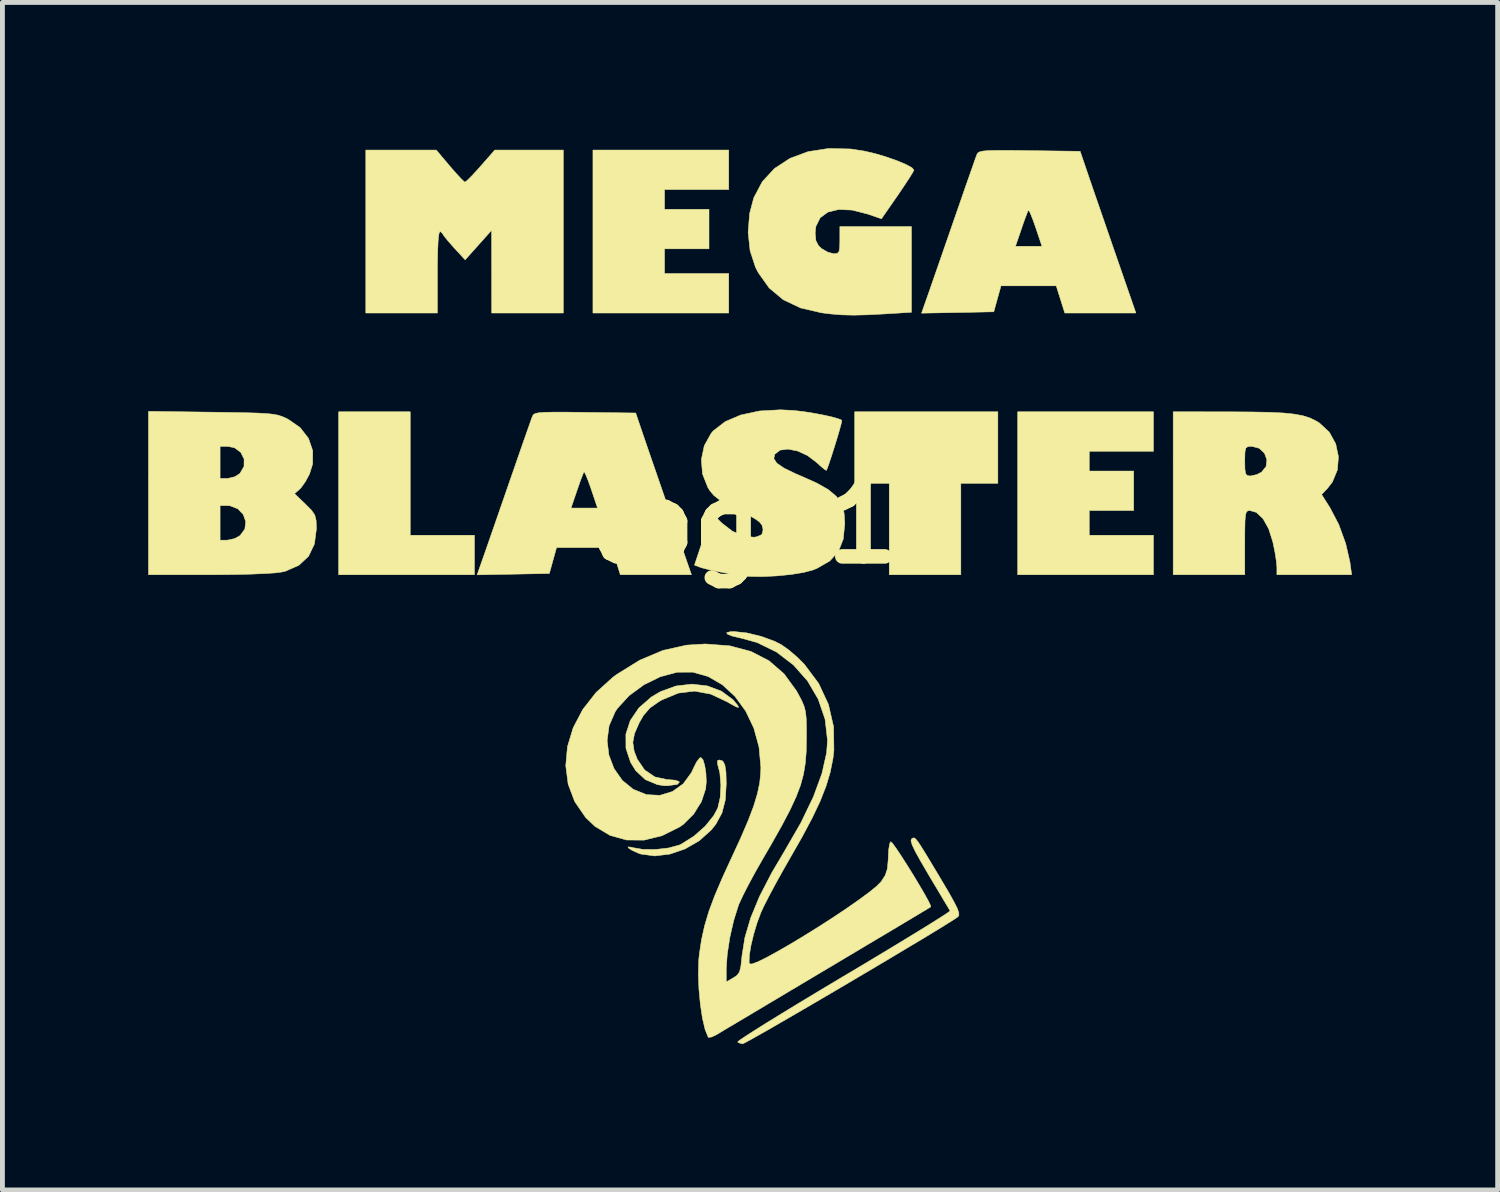
<source format=kicad_pcb>
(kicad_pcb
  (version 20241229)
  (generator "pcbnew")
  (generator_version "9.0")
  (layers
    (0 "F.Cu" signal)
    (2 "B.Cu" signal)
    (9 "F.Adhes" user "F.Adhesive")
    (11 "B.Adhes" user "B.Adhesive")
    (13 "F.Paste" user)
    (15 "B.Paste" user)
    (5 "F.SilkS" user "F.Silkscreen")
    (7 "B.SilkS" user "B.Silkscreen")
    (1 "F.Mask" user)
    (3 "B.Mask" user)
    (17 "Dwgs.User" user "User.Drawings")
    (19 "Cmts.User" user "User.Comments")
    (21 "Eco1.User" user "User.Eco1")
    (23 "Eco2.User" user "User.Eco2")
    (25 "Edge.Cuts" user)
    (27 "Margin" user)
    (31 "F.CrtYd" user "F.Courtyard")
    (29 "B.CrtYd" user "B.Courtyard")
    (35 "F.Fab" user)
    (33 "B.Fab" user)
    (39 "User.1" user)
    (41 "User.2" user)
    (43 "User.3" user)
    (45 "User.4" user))
  (footprint "logo1"
    (layer "F.Cu")
    (at 12.248 7.708)
    (property "Reference" "logo1" (at 0 0 0) (layer "F.SilkS") (effects (font (size 1.524 1.524) (thickness 0.3))))
    (attr through_hole)
    (fp_poly (pts (xy -6.858 0.254) (xy -5.537 0.254) (xy -5.537 1.067) (xy -8.331 1.067) (xy -8.331 -2.286) (xy -6.858 -2.286) (xy -6.858 0.254)) (stroke (width 0.01) (type solid)) (fill yes) (layer "F.SilkS"))
    (fp_poly (pts (xy 5.232 -0.813) (xy 4.47 -0.813) (xy 4.47 1.067) (xy 2.997 1.067) (xy 2.997 -0.813) (xy 2.286 -0.813) (xy 2.286 -2.286) (xy 5.232 -2.286) (xy 5.232 -0.813)) (stroke (width 0.01) (type solid)) (fill yes) (layer "F.SilkS"))
    (fp_poly (pts (xy -0.305 -6.858) (xy -1.626 -6.858) (xy -1.626 -6.452) (xy -0.711 -6.452) (xy -0.711 -5.639) (xy -1.626 -5.639) (xy -1.626 -5.131) (xy -0.305 -5.131) (xy -0.305 -4.318) (xy -3.099 -4.318) (xy -3.099 -7.671) (xy -0.305 -7.671) (xy -0.305 -6.858)) (stroke (width 0.01) (type solid)) (fill yes) (layer "F.SilkS"))
    (fp_poly (pts (xy 8.433 -1.473) (xy 7.112 -1.473) (xy 7.112 -1.067) (xy 8.026 -1.067) (xy 8.026 -0.254) (xy 7.112 -0.254) (xy 7.112 0.254) (xy 8.433 0.254) (xy 8.433 1.067) (xy 5.639 1.067) (xy 5.639 -2.286) (xy 8.433 -2.286) (xy 8.433 -1.473)) (stroke (width 0.01) (type solid)) (fill yes) (layer "F.SilkS"))
    (fp_poly (pts (xy -6.044 -7.341) (xy -5.914 -7.192) (xy -5.807 -7.077) (xy -5.742 -7.016) (xy -5.732 -7.011) (xy -5.685 -7.047) (xy -5.59 -7.141) (xy -5.464 -7.278) (xy -5.408 -7.341) (xy -5.118 -7.671) (xy -3.708 -7.671) (xy -3.708 -4.318) (xy -5.182 -4.318) (xy -5.184 -6.02) (xy -5.728 -5.412) (xy -5.961 -5.665) (xy -6.078 -5.798) (xy -6.163 -5.903) (xy -6.196 -5.956) (xy -6.237 -5.993) (xy -6.248 -5.994) (xy -6.268 -5.945) (xy -6.284 -5.802) (xy -6.294 -5.572) (xy -6.299 -5.264) (xy -6.299 -5.156) (xy -6.299 -4.318) (xy -7.772 -4.318) (xy -7.772 -7.671) (xy -7.047 -7.671) (xy -6.322 -7.671) (xy -6.044 -7.341)) (stroke (width 0.01) (type solid)) (fill yes) (layer "F.SilkS"))
    (fp_poly (pts (xy -0.427 4.9) (xy -0.385 4.979) (xy -0.362 5.128) (xy -0.356 5.363) (xy -0.356 5.37) (xy -0.376 5.703) (xy -0.445 5.969) (xy -0.57 6.199) (xy -0.664 6.317) (xy -0.912 6.54) (xy -1.204 6.708) (xy -1.518 6.815) (xy -1.829 6.852) (xy -2.113 6.813) (xy -2.168 6.794) (xy -2.288 6.74) (xy -2.362 6.693) (xy -2.378 6.666) (xy -2.32 6.671) (xy -2.294 6.679) (xy -2.073 6.717) (xy -1.81 6.719) (xy -1.546 6.689) (xy -1.325 6.629) (xy -1.277 6.607) (xy -1.019 6.444) (xy -0.788 6.239) (xy -0.611 6.019) (xy -0.529 5.863) (xy -0.481 5.652) (xy -0.467 5.396) (xy -0.488 5.143) (xy -0.534 4.966) (xy -0.538 4.892) (xy -0.493 4.877) (xy -0.427 4.9)) (stroke (width 0.01) (type solid)) (fill yes) (layer "F.SilkS"))
    (fp_poly (pts (xy -0.744 3.354) (xy -0.456 3.462) (xy -0.217 3.638) (xy -0.121 3.753) (xy -0.102 3.795) (xy -0.147 3.787) (xy -0.264 3.724) (xy -0.336 3.682) (xy -0.677 3.522) (xy -1.009 3.461) (xy -1.34 3.501) (xy -1.678 3.641) (xy -1.736 3.674) (xy -1.926 3.807) (xy -2.059 3.96) (xy -2.146 4.111) (xy -2.244 4.335) (xy -2.278 4.517) (xy -2.251 4.697) (xy -2.186 4.863) (xy -2.035 5.084) (xy -1.823 5.227) (xy -1.564 5.283) (xy -1.537 5.283) (xy -1.405 5.294) (xy -1.328 5.321) (xy -1.321 5.334) (xy -1.362 5.38) (xy -1.393 5.385) (xy -1.509 5.399) (xy -1.533 5.405) (xy -1.626 5.408) (xy -1.761 5.387) (xy -1.772 5.385) (xy -2.022 5.281) (xy -2.22 5.095) (xy -2.324 4.927) (xy -2.42 4.637) (xy -2.421 4.346) (xy -2.33 4.065) (xy -2.154 3.807) (xy -1.898 3.583) (xy -1.711 3.472) (xy -1.392 3.356) (xy -1.063 3.317) (xy -0.744 3.354)) (stroke (width 0.01) (type solid)) (fill yes) (layer "F.SilkS"))
    (fp_poly (pts (xy -3.666 -2.279) (xy -3.329 -2.275) (xy -3.263 -2.274) (xy -2.219 -2.261) (xy -2.055 -1.778) (xy -1.99 -1.589) (xy -1.899 -1.324) (xy -1.789 -1.006) (xy -1.668 -0.655) (xy -1.543 -0.292) (xy -1.481 -0.114) (xy -1.072 1.067) (xy -2.535 1.067) (xy -2.711 0.508) (xy -3.848 0.508) (xy -3.996 1.041) (xy -5.482 1.069) (xy -5.379 0.776) (xy -5.334 0.648) (xy -5.262 0.441) (xy -5.168 0.171) (xy -5.058 -0.146) (xy -5.003 -0.305) (xy -3.55 -0.305) (xy -3.004 -0.305) (xy -3.133 -0.689) (xy -3.195 -0.864) (xy -3.247 -0.992) (xy -3.278 -1.051) (xy -3.282 -1.053) (xy -3.307 -0.998) (xy -3.355 -0.873) (xy -3.415 -0.701) (xy -3.426 -0.669) (xy -3.55 -0.305) (xy -5.003 -0.305) (xy -4.937 -0.494) (xy -4.827 -0.813) (xy -4.706 -1.16) (xy -4.596 -1.479) (xy -4.499 -1.756) (xy -4.421 -1.977) (xy -4.368 -2.129) (xy -4.342 -2.198) (xy -4.323 -2.228) (xy -4.284 -2.251) (xy -4.212 -2.266) (xy -4.094 -2.275) (xy -3.916 -2.279) (xy -3.666 -2.279)) (stroke (width 0.01) (type solid)) (fill yes) (layer "F.SilkS"))
    (fp_poly (pts (xy 5.478 -7.664) (xy 5.815 -7.66) (xy 5.881 -7.659) (xy 6.925 -7.645) (xy 7.089 -7.163) (xy 7.154 -6.973) (xy 7.245 -6.709) (xy 7.355 -6.391) (xy 7.476 -6.04) (xy 7.601 -5.677) (xy 7.663 -5.499) (xy 8.072 -4.318) (xy 6.609 -4.318) (xy 6.433 -4.877) (xy 5.296 -4.877) (xy 5.148 -4.343) (xy 3.662 -4.315) (xy 3.765 -4.609) (xy 3.81 -4.736) (xy 3.882 -4.944) (xy 3.976 -5.214) (xy 4.086 -5.531) (xy 4.141 -5.69) (xy 5.594 -5.69) (xy 6.14 -5.69) (xy 6.011 -6.074) (xy 5.949 -6.249) (xy 5.897 -6.377) (xy 5.866 -6.436) (xy 5.862 -6.437) (xy 5.837 -6.383) (xy 5.789 -6.257) (xy 5.729 -6.086) (xy 5.718 -6.053) (xy 5.594 -5.69) (xy 4.141 -5.69) (xy 4.207 -5.879) (xy 4.317 -6.198) (xy 4.438 -6.545) (xy 4.548 -6.864) (xy 4.645 -7.14) (xy 4.723 -7.362) (xy 4.776 -7.514) (xy 4.802 -7.583) (xy 4.821 -7.613) (xy 4.86 -7.635) (xy 4.932 -7.651) (xy 5.05 -7.66) (xy 5.228 -7.664) (xy 5.478 -7.664)) (stroke (width 0.01) (type solid)) (fill yes) (layer "F.SilkS"))
    (fp_poly (pts (xy 2.205 -7.693) (xy 2.493 -7.648) (xy 2.717 -7.595) (xy 2.947 -7.526) (xy 3.162 -7.45) (xy 3.34 -7.375) (xy 3.462 -7.309) (xy 3.505 -7.261) (xy 3.478 -7.205) (xy 3.403 -7.085) (xy 3.293 -6.918) (xy 3.171 -6.738) (xy 2.837 -6.257) (xy 2.553 -6.354) (xy 2.232 -6.436) (xy 1.957 -6.448) (xy 1.735 -6.394) (xy 1.576 -6.277) (xy 1.488 -6.1) (xy 1.473 -5.968) (xy 1.488 -5.808) (xy 1.543 -5.702) (xy 1.607 -5.642) (xy 1.737 -5.568) (xy 1.861 -5.537) (xy 1.93 -5.545) (xy 1.966 -5.587) (xy 1.979 -5.686) (xy 1.981 -5.817) (xy 1.981 -6.096) (xy 3.454 -6.096) (xy 3.454 -4.333) (xy 2.913 -4.3) (xy 2.554 -4.281) (xy 2.266 -4.274) (xy 2.022 -4.28) (xy 1.792 -4.299) (xy 1.6 -4.323) (xy 1.172 -4.423) (xy 0.816 -4.592) (xy 0.527 -4.833) (xy 0.301 -5.151) (xy 0.246 -5.258) (xy 0.135 -5.597) (xy 0.094 -5.978) (xy 0.125 -6.367) (xy 0.21 -6.688) (xy 0.386 -7.021) (xy 0.637 -7.292) (xy 0.954 -7.499) (xy 1.327 -7.638) (xy 1.747 -7.703) (xy 2.205 -7.693)) (stroke (width 0.01) (type solid)) (fill yes) (layer "F.SilkS"))
    (fp_poly (pts (xy 10.02 -2.285) (xy 10.466 -2.282) (xy 10.823 -2.275) (xy 11.107 -2.261) (xy 11.329 -2.238) (xy 11.505 -2.206) (xy 11.647 -2.161) (xy 11.769 -2.103) (xy 11.848 -2.055) (xy 12.052 -1.865) (xy 12.183 -1.627) (xy 12.239 -1.361) (xy 12.218 -1.092) (xy 12.115 -0.842) (xy 12.014 -0.711) (xy 11.893 -0.584) (xy 12.066 -0.31) (xy 12.245 0.032) (xy 12.387 0.421) (xy 12.475 0.802) (xy 12.478 0.826) (xy 12.511 1.067) (xy 10.973 1.067) (xy 10.973 0.912) (xy 10.961 0.784) (xy 10.932 0.598) (xy 10.89 0.394) (xy 10.89 0.393) (xy 10.803 0.12) (xy 10.687 -0.087) (xy 10.55 -0.216) (xy 10.418 -0.254) (xy 10.375 -0.249) (xy 10.345 -0.224) (xy 10.327 -0.162) (xy 10.317 -0.047) (xy 10.313 0.138) (xy 10.312 0.406) (xy 10.312 1.067) (xy 8.839 1.067) (xy 8.839 -1.27) (xy 10.312 -1.27) (xy 10.315 -1.101) (xy 10.331 -1.009) (xy 10.367 -0.972) (xy 10.428 -0.965) (xy 10.559 -0.994) (xy 10.657 -1.044) (xy 10.751 -1.161) (xy 10.767 -1.3) (xy 10.717 -1.434) (xy 10.61 -1.535) (xy 10.458 -1.575) (xy 10.457 -1.575) (xy 10.377 -1.57) (xy 10.334 -1.54) (xy 10.316 -1.461) (xy 10.312 -1.309) (xy 10.312 -1.27) (xy 8.839 -1.27) (xy 8.839 -2.286) (xy 10.02 -2.285)) (stroke (width 0.01) (type solid)) (fill yes) (layer "F.SilkS"))
    (fp_poly (pts (xy 3.538 6.499) (xy 3.582 6.551) (xy 3.646 6.647) (xy 3.739 6.796) (xy 3.869 7.011) (xy 4.043 7.301) (xy 4.062 7.333) (xy 4.221 7.602) (xy 4.331 7.799) (xy 4.399 7.935) (xy 4.429 8.023) (xy 4.429 8.078) (xy 4.413 8.101) (xy 4.35 8.146) (xy 4.21 8.234) (xy 4.006 8.361) (xy 3.746 8.519) (xy 3.44 8.702) (xy 3.1 8.906) (xy 2.735 9.123) (xy 2.356 9.347) (xy 1.972 9.574) (xy 1.594 9.796) (xy 1.233 10.007) (xy 0.897 10.202) (xy 0.599 10.375) (xy 0.347 10.518) (xy 0.152 10.628) (xy 0.025 10.697) (xy -0.024 10.719) (xy -0.105 10.694) (xy -0.121 10.678) (xy -0.083 10.645) (xy 0.034 10.566) (xy 0.222 10.445) (xy 0.473 10.287) (xy 0.779 10.099) (xy 1.133 9.883) (xy 1.525 9.647) (xy 1.947 9.394) (xy 2.06 9.327) (xy 2.49 9.071) (xy 2.891 8.83) (xy 3.256 8.609) (xy 3.576 8.414) (xy 3.843 8.249) (xy 4.05 8.119) (xy 4.187 8.03) (xy 4.247 7.986) (xy 4.249 7.983) (xy 4.219 7.93) (xy 4.145 7.806) (xy 4.037 7.625) (xy 3.905 7.404) (xy 3.811 7.246) (xy 3.648 6.967) (xy 3.535 6.764) (xy 3.469 6.625) (xy 3.444 6.54) (xy 3.457 6.501) (xy 3.458 6.5) (xy 3.484 6.484) (xy 3.508 6.48) (xy 3.538 6.499)) (stroke (width 0.01) (type solid)) (fill yes) (layer "F.SilkS"))
    (fp_poly (pts (xy -10.935 -2.278) (xy -10.535 -2.272) (xy -10.224 -2.266) (xy -9.986 -2.259) (xy -9.808 -2.249) (xy -9.677 -2.235) (xy -9.577 -2.216) (xy -9.496 -2.19) (xy -9.419 -2.156) (xy -9.373 -2.134) (xy -9.123 -1.961) (xy -8.951 -1.739) (xy -8.864 -1.483) (xy -8.866 -1.211) (xy -8.929 -1.009) (xy -9.011 -0.854) (xy -9.102 -0.726) (xy -9.133 -0.694) (xy -9.238 -0.601) (xy -9.013 -0.385) (xy -8.888 -0.259) (xy -8.821 -0.16) (xy -8.794 -0.049) (xy -8.788 0.116) (xy -8.788 0.121) (xy -8.829 0.434) (xy -8.949 0.685) (xy -9.148 0.872) (xy -9.424 0.993) (xy -9.501 1.011) (xy -9.629 1.028) (xy -9.843 1.042) (xy -10.124 1.054) (xy -10.458 1.062) (xy -10.826 1.066) (xy -11.001 1.067) (xy -12.243 1.067) (xy -12.243 -0.356) (xy -10.77 -0.356) (xy -10.77 0.356) (xy -10.623 0.356) (xy -10.471 0.323) (xy -10.36 0.262) (xy -10.261 0.128) (xy -10.242 -0.026) (xy -10.293 -0.173) (xy -10.405 -0.29) (xy -10.566 -0.352) (xy -10.623 -0.356) (xy -10.77 -0.356) (xy -12.243 -0.356) (xy -12.243 -1.575) (xy -10.77 -1.575) (xy -10.77 -0.914) (xy -10.617 -0.914) (xy -10.468 -0.949) (xy -10.363 -1.016) (xy -10.278 -1.161) (xy -10.276 -1.314) (xy -10.345 -1.452) (xy -10.475 -1.547) (xy -10.617 -1.575) (xy -10.77 -1.575) (xy -12.243 -1.575) (xy -12.243 -2.295) (xy -10.935 -2.278)) (stroke (width 0.01) (type solid)) (fill yes) (layer "F.SilkS"))
    (fp_poly (pts (xy 1.031 -2.313) (xy 1.239 -2.289) (xy 1.464 -2.253) (xy 1.681 -2.211) (xy 1.864 -2.168) (xy 1.987 -2.129) (xy 2.022 -2.109) (xy 2.014 -2.059) (xy 1.981 -1.937) (xy 1.932 -1.767) (xy 1.873 -1.576) (xy 1.813 -1.386) (xy 1.759 -1.224) (xy 1.719 -1.113) (xy 1.703 -1.079) (xy 1.663 -1.103) (xy 1.574 -1.178) (xy 1.504 -1.243) (xy 1.313 -1.387) (xy 1.109 -1.48) (xy 0.914 -1.518) (xy 0.751 -1.497) (xy 0.642 -1.412) (xy 0.641 -1.41) (xy 0.623 -1.322) (xy 0.683 -1.23) (xy 0.829 -1.129) (xy 1.065 -1.014) (xy 1.168 -0.97) (xy 1.499 -0.823) (xy 1.742 -0.686) (xy 1.91 -0.545) (xy 2.015 -0.388) (xy 2.068 -0.202) (xy 2.083 0.009) (xy 2.051 0.333) (xy 1.952 0.586) (xy 1.775 0.783) (xy 1.513 0.934) (xy 1.427 0.969) (xy 1.234 1.02) (xy 0.973 1.062) (xy 0.676 1.091) (xy 0.378 1.105) (xy 0.111 1.101) (xy -0.025 1.088) (xy -0.264 1.05) (xy -0.504 1.006) (xy -0.713 0.962) (xy -0.862 0.923) (xy -0.893 0.913) (xy -1.01 0.868) (xy -0.654 -0.197) (xy -0.448 0.003) (xy -0.229 0.172) (xy 0.002 0.272) (xy 0.218 0.295) (xy 0.278 0.284) (xy 0.376 0.24) (xy 0.4 0.152) (xy 0.397 0.113) (xy 0.378 0.045) (xy 0.329 -0.018) (xy 0.233 -0.087) (xy 0.073 -0.175) (xy -0.113 -0.268) (xy -0.344 -0.386) (xy -0.503 -0.48) (xy -0.612 -0.566) (xy -0.691 -0.66) (xy -0.735 -0.73) (xy -0.845 -1.008) (xy -0.868 -1.303) (xy -0.808 -1.589) (xy -0.667 -1.842) (xy -0.619 -1.897) (xy -0.377 -2.084) (xy -0.057 -2.22) (xy 0.325 -2.302) (xy 0.759 -2.327) (xy 1.031 -2.313)) (stroke (width 0.01) (type solid)) (fill yes) (layer "F.SilkS"))
    (fp_poly (pts (xy 0.07 2.264) (xy 0.363 2.335) (xy 0.639 2.436) (xy 0.775 2.505) (xy 0.931 2.615) (xy 1.108 2.767) (xy 1.251 2.91) (xy 1.545 3.303) (xy 1.746 3.734) (xy 1.852 4.195) (xy 1.859 4.678) (xy 1.839 4.852) (xy 1.783 5.13) (xy 1.698 5.414) (xy 1.578 5.721) (xy 1.415 6.065) (xy 1.204 6.462) (xy 0.985 6.845) (xy 0.82 7.134) (xy 0.662 7.418) (xy 0.523 7.678) (xy 0.415 7.89) (xy 0.358 8.014) (xy 0.277 8.231) (xy 0.206 8.468) (xy 0.151 8.699) (xy 0.119 8.897) (xy 0.114 9.037) (xy 0.122 9.072) (xy 0.173 9.075) (xy 0.296 9.029) (xy 0.478 8.939) (xy 0.706 8.814) (xy 0.968 8.663) (xy 1.253 8.491) (xy 1.547 8.308) (xy 1.839 8.12) (xy 2.116 7.935) (xy 2.365 7.761) (xy 2.576 7.606) (xy 2.735 7.478) (xy 2.829 7.383) (xy 2.831 7.381) (xy 2.916 7.249) (xy 2.96 7.112) (xy 2.976 6.926) (xy 2.977 6.887) (xy 2.986 6.721) (xy 3.006 6.601) (xy 3.027 6.558) (xy 3.065 6.593) (xy 3.141 6.698) (xy 3.246 6.855) (xy 3.368 7.046) (xy 3.497 7.253) (xy 3.62 7.458) (xy 3.728 7.643) (xy 3.808 7.789) (xy 3.85 7.879) (xy 3.852 7.899) (xy 3.807 7.927) (xy 3.682 8.002) (xy 3.487 8.119) (xy 3.23 8.273) (xy 2.92 8.458) (xy 2.565 8.669) (xy 2.174 8.902) (xy 1.755 9.152) (xy 1.727 9.168) (xy 1.301 9.422) (xy 0.896 9.663) (xy 0.524 9.885) (xy 0.192 10.083) (xy -0.09 10.251) (xy -0.313 10.383) (xy -0.466 10.475) (xy -0.542 10.521) (xy -0.542 10.521) (xy -0.652 10.576) (xy -0.721 10.586) (xy -0.727 10.581) (xy -0.791 10.424) (xy -0.846 10.19) (xy -0.889 9.905) (xy -0.918 9.594) (xy -0.93 9.282) (xy -0.922 8.994) (xy -0.91 8.874) (xy -0.865 8.575) (xy -0.802 8.29) (xy -0.715 7.997) (xy -0.596 7.677) (xy -0.439 7.308) (xy -0.255 6.908) (xy -0.057 6.478) (xy 0.096 6.122) (xy 0.209 5.824) (xy 0.286 5.569) (xy 0.333 5.343) (xy 0.353 5.13) (xy 0.356 5.028) (xy 0.318 4.611) (xy 0.211 4.222) (xy 0.044 3.872) (xy -0.175 3.571) (xy -0.435 3.331) (xy -0.727 3.161) (xy -1.044 3.071) (xy -1.364 3.072) (xy -1.713 3.165) (xy -2.053 3.332) (xy -2.356 3.555) (xy -2.595 3.816) (xy -2.641 3.885) (xy -2.766 4.172) (xy -2.807 4.475) (xy -2.771 4.775) (xy -2.665 5.055) (xy -2.496 5.296) (xy -2.27 5.481) (xy -1.995 5.591) (xy -1.721 5.605) (xy -1.464 5.527) (xy -1.241 5.368) (xy -1.071 5.136) (xy -1.034 5.054) (xy -0.968 4.921) (xy -0.905 4.839) (xy -0.879 4.826) (xy -0.835 4.872) (xy -0.799 4.99) (xy -0.774 5.151) (xy -0.767 5.325) (xy -0.779 5.468) (xy -0.866 5.733) (xy -1.026 5.99) (xy -1.237 6.201) (xy -1.313 6.254) (xy -1.68 6.437) (xy -2.049 6.527) (xy -2.408 6.524) (xy -2.748 6.429) (xy -3.057 6.244) (xy -3.249 6.061) (xy -3.474 5.734) (xy -3.609 5.375) (xy -3.658 4.994) (xy -3.623 4.604) (xy -3.506 4.216) (xy -3.309 3.84) (xy -3.035 3.49) (xy -2.687 3.175) (xy -2.613 3.12) (xy -2.135 2.824) (xy -1.66 2.624) (xy -1.174 2.515) (xy -0.787 2.491) (xy -0.285 2.529) (xy 0.151 2.644) (xy 0.523 2.836) (xy 0.835 3.107) (xy 1.09 3.458) (xy 1.121 3.514) (xy 1.195 3.654) (xy 1.244 3.768) (xy 1.274 3.882) (xy 1.289 4.022) (xy 1.294 4.215) (xy 1.294 4.445) (xy 1.289 4.711) (xy 1.27 4.948) (xy 1.233 5.172) (xy 1.172 5.397) (xy 1.081 5.637) (xy 0.955 5.908) (xy 0.789 6.224) (xy 0.578 6.599) (xy 0.385 6.931) (xy 0.238 7.189) (xy 0.101 7.442) (xy -0.013 7.666) (xy -0.092 7.835) (xy -0.106 7.871) (xy -0.203 8.181) (xy -0.283 8.531) (xy -0.336 8.879) (xy -0.356 9.172) (xy -0.356 9.444) (xy -0.21 9.36) (xy -0.132 9.307) (xy -0.084 9.239) (xy -0.056 9.128) (xy -0.036 8.947) (xy -0.034 8.918) (xy 0.027 8.533) (xy 0.147 8.125) (xy 0.33 7.682) (xy 0.583 7.193) (xy 0.846 6.748) (xy 1.181 6.167) (xy 1.437 5.635) (xy 1.613 5.155) (xy 1.709 4.729) (xy 1.727 4.475) (xy 1.677 4.039) (xy 1.536 3.627) (xy 1.316 3.251) (xy 1.026 2.923) (xy 0.677 2.656) (xy 0.28 2.462) (xy -0.046 2.372) (xy -0.227 2.33) (xy -0.33 2.29) (xy -0.348 2.258) (xy -0.275 2.239) (xy -0.191 2.236) (xy 0.07 2.264)) (stroke (width 0.01) (type solid)) (fill yes) (layer "F.SilkS")))
  (gr_rect
    (start -3 -3)
    (end 27.763 21.432)
    (stroke (width 0.1) (type default))
    (fill no)
    (layer "Edge.Cuts")))
</source>
